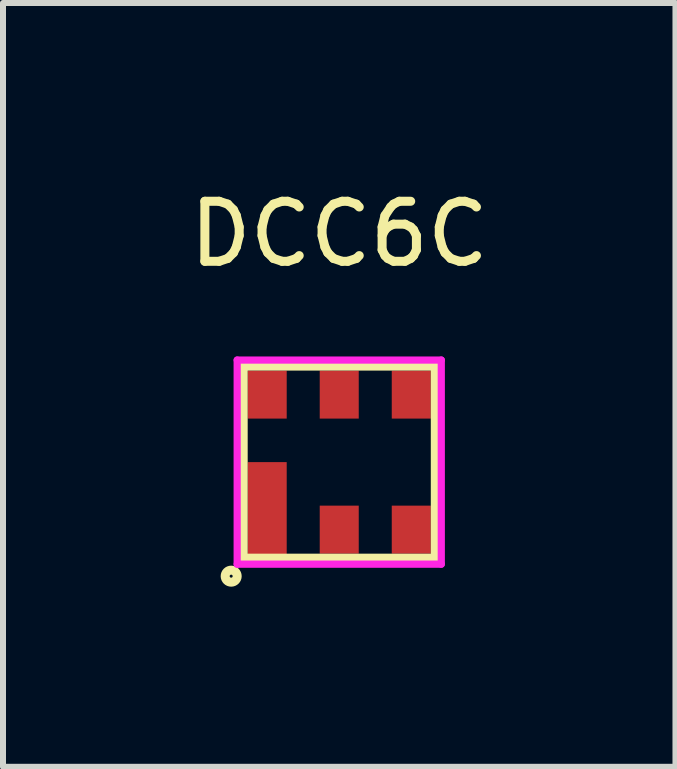
<source format=kicad_pcb>
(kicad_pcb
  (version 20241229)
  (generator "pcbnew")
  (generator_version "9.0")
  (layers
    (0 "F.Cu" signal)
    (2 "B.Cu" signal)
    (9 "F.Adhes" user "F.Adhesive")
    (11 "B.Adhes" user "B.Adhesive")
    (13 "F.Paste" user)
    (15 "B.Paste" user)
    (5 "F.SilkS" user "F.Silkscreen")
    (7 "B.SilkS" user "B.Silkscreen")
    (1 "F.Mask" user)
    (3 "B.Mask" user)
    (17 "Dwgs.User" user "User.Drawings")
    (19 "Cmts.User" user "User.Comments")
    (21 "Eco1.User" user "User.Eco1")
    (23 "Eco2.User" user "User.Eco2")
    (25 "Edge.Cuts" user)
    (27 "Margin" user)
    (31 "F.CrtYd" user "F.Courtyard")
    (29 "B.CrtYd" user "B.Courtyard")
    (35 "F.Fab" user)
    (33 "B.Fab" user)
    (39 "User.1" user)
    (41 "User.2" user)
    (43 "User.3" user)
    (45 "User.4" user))
  (footprint "DCC6C"
    (layer "F.Cu")
    (at 2.601 4.648)
    (property "Reference" "DCC6C" (at 0 -3.8 0) (layer "F.SilkS") (effects (font (size 1 1) (thickness 0.15))))
    (attr through_hole)
    (fp_line (start -1.6 -1.6) (end 1.6 -1.6) (stroke (width 0.15) (type solid)) (layer "F.SilkS"))
    (fp_line (start -1.6 1.6) (end -1.6 -1.6) (stroke (width 0.15) (type solid)) (layer "F.SilkS"))
    (fp_line (start 1.6 -1.6) (end 1.6 1.6) (stroke (width 0.15) (type solid)) (layer "F.SilkS"))
    (fp_line (start 1.6 1.6) (end -1.6 1.6) (stroke (width 0.15) (type solid)) (layer "F.SilkS"))
    (fp_circle (center -1.8 1.9) (end -1.7 1.9) (stroke (width 0.15) (type solid)) (fill no) (layer "F.SilkS"))
    (fp_line (start -1.7 -1.7) (end 1.7 -1.7) (stroke (width 0.12) (type solid)) (layer "F.CrtYd"))
    (fp_line (start -1.7 1.7) (end -1.7 -1.7) (stroke (width 0.12) (type solid)) (layer "F.CrtYd"))
    (fp_line (start 1.7 -1.7) (end 1.7 1.7) (stroke (width 0.12) (type solid)) (layer "F.CrtYd"))
    (fp_line (start 1.7 1.7) (end -1.7 1.7) (stroke (width 0.12) (type solid)) (layer "F.CrtYd"))
    (pad "1" smd rect (at -1.2 0.775) (size 0.65 1.55) (layers "F.Cu" "F.Mask" "F.Paste"))
    (pad "2" smd rect (at 0 1.125) (size 0.65 0.8) (layers "F.Cu" "F.Mask" "F.Paste"))
    (pad "3" smd rect (at 1.2 1.125) (size 0.65 0.8) (layers "F.Cu" "F.Mask" "F.Paste"))
    (pad "4" smd rect (at 1.2 -1.125) (size 0.65 0.8) (layers "F.Cu" "F.Mask" "F.Paste"))
    (pad "5" smd rect (at 0 -1.125) (size 0.65 0.8) (layers "F.Cu" "F.Mask" "F.Paste"))
    (pad "6" smd rect (at -1.2 -1.125) (size 0.65 0.8) (layers "F.Cu" "F.Mask" "F.Paste")))
  (gr_rect
    (start -3 -3)
    (end 8.202 9.723)
    (stroke (width 0.1) (type default))
    (fill no)
    (layer "Edge.Cuts")))
</source>
